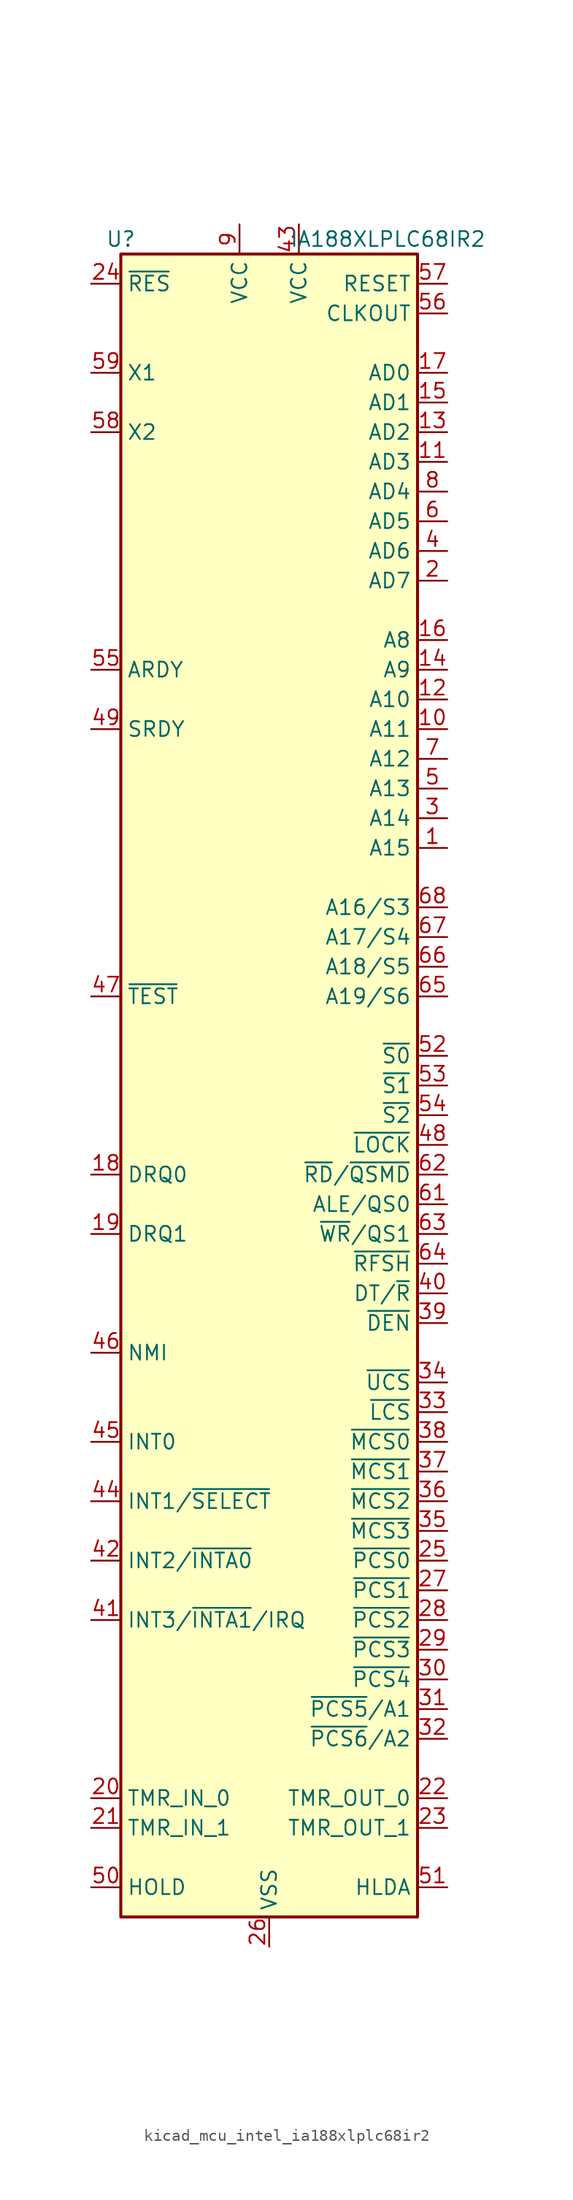
<source format=kicad_sym>
(kicad_symbol_lib
  (version 20220914)
  (generator kicad_symbol_editor)
  (symbol "kicad_mcu_intel_ia188xlplc68ir2"
    (property "Reference" "U"
      (at -12.7 72.39 0)
      (effects (font (size 1.27 1.27))))
    (property "Value" "IA188XLPLC68IR2"
      (at 10.16 72.39 0)
      (effects (font (size 1.27 1.27))))
    (symbol "kicad_mcu_intel_ia188xlplc68ir2_0_1"
      (rectangle (start 12.7 -71.12) (end -12.7 71.12) (stroke (width 0.254) (type default)) (fill (type background))))
    (symbol "kicad_mcu_intel_ia188xlplc68ir2_1_1"
      (pin output line (at 15.24 20.32 180) (length 2.54) (name "A15" (effects (font (size 1.27 1.27)))) (number "1" (effects (font (size 1.27 1.27)))))
      (pin output line (at 15.24 30.48 180) (length 2.54) (name "A11" (effects (font (size 1.27 1.27)))) (number "10" (effects (font (size 1.27 1.27)))))
      (pin bidirectional line (at 15.24 53.34 180) (length 2.54) (name "AD3" (effects (font (size 1.27 1.27)))) (number "11" (effects (font (size 1.27 1.27)))))
      (pin output line (at 15.24 33.02 180) (length 2.54) (name "A10" (effects (font (size 1.27 1.27)))) (number "12" (effects (font (size 1.27 1.27)))))
      (pin bidirectional line (at 15.24 55.88 180) (length 2.54) (name "AD2" (effects (font (size 1.27 1.27)))) (number "13" (effects (font (size 1.27 1.27)))))
      (pin output line (at 15.24 35.56 180) (length 2.54) (name "A9" (effects (font (size 1.27 1.27)))) (number "14" (effects (font (size 1.27 1.27)))))
      (pin bidirectional line (at 15.24 58.42 180) (length 2.54) (name "AD1" (effects (font (size 1.27 1.27)))) (number "15" (effects (font (size 1.27 1.27)))))
      (pin output line (at 15.24 38.1 180) (length 2.54) (name "A8" (effects (font (size 1.27 1.27)))) (number "16" (effects (font (size 1.27 1.27)))))
      (pin bidirectional line (at 15.24 60.96 180) (length 2.54) (name "AD0" (effects (font (size 1.27 1.27)))) (number "17" (effects (font (size 1.27 1.27)))))
      (pin input line (at -15.24 -7.62 0) (length 2.54) (name "DRQ0" (effects (font (size 1.27 1.27)))) (number "18" (effects (font (size 1.27 1.27)))))
      (pin input line (at -15.24 -12.7 0) (length 2.54) (name "DRQ1" (effects (font (size 1.27 1.27)))) (number "19" (effects (font (size 1.27 1.27)))))
      (pin bidirectional line (at 15.24 43.18 180) (length 2.54) (name "AD7" (effects (font (size 1.27 1.27)))) (number "2" (effects (font (size 1.27 1.27)))))
      (pin input line (at -15.24 -60.96 0) (length 2.54) (name "TMR_IN_0" (effects (font (size 1.27 1.27)))) (number "20" (effects (font (size 1.27 1.27)))))
      (pin input line (at -15.24 -63.5 0) (length 2.54) (name "TMR_IN_1" (effects (font (size 1.27 1.27)))) (number "21" (effects (font (size 1.27 1.27)))))
      (pin output line (at 15.24 -60.96 180) (length 2.54) (name "TMR_OUT_0" (effects (font (size 1.27 1.27)))) (number "22" (effects (font (size 1.27 1.27)))))
      (pin output line (at 15.24 -63.5 180) (length 2.54) (name "TMR_OUT_1" (effects (font (size 1.27 1.27)))) (number "23" (effects (font (size 1.27 1.27)))))
      (pin input line (at -15.24 68.58 0) (length 2.54) (name "~{RES}" (effects (font (size 1.27 1.27)))) (number "24" (effects (font (size 1.27 1.27)))))
      (pin output line (at 15.24 -40.64 180) (length 2.54) (name "~{PCS0}" (effects (font (size 1.27 1.27)))) (number "25" (effects (font (size 1.27 1.27)))))
      (pin power_in line (at 0 -73.66 90) (length 2.54) (name "VSS" (effects (font (size 1.27 1.27)))) (number "26" (effects (font (size 1.27 1.27)))))
      (pin output line (at 15.24 -43.18 180) (length 2.54) (name "~{PCS1}" (effects (font (size 1.27 1.27)))) (number "27" (effects (font (size 1.27 1.27)))))
      (pin output line (at 15.24 -45.72 180) (length 2.54) (name "~{PCS2}" (effects (font (size 1.27 1.27)))) (number "28" (effects (font (size 1.27 1.27)))))
      (pin output line (at 15.24 -48.26 180) (length 2.54) (name "~{PCS3}" (effects (font (size 1.27 1.27)))) (number "29" (effects (font (size 1.27 1.27)))))
      (pin output line (at 15.24 22.86 180) (length 2.54) (name "A14" (effects (font (size 1.27 1.27)))) (number "3" (effects (font (size 1.27 1.27)))))
      (pin output line (at 15.24 -50.8 180) (length 2.54) (name "~{PCS4}" (effects (font (size 1.27 1.27)))) (number "30" (effects (font (size 1.27 1.27)))))
      (pin output line (at 15.24 -53.34 180) (length 2.54) (name "~{PCS5}/A1" (effects (font (size 1.27 1.27)))) (number "31" (effects (font (size 1.27 1.27)))))
      (pin output line (at 15.24 -55.88 180) (length 2.54) (name "~{PCS6}/A2" (effects (font (size 1.27 1.27)))) (number "32" (effects (font (size 1.27 1.27)))))
      (pin bidirectional line (at 15.24 -27.94 180) (length 2.54) (name "~{LCS}" (effects (font (size 1.27 1.27)))) (number "33" (effects (font (size 1.27 1.27)))))
      (pin bidirectional line (at 15.24 -25.4 180) (length 2.54) (name "~{UCS}" (effects (font (size 1.27 1.27)))) (number "34" (effects (font (size 1.27 1.27)))))
      (pin output line (at 15.24 -38.1 180) (length 2.54) (name "~{MCS3}" (effects (font (size 1.27 1.27)))) (number "35" (effects (font (size 1.27 1.27)))))
      (pin output line (at 15.24 -35.56 180) (length 2.54) (name "~{MCS2}" (effects (font (size 1.27 1.27)))) (number "36" (effects (font (size 1.27 1.27)))))
      (pin output line (at 15.24 -33.02 180) (length 2.54) (name "~{MCS1}" (effects (font (size 1.27 1.27)))) (number "37" (effects (font (size 1.27 1.27)))))
      (pin output line (at 15.24 -30.48 180) (length 2.54) (name "~{MCS0}" (effects (font (size 1.27 1.27)))) (number "38" (effects (font (size 1.27 1.27)))))
      (pin output line (at 15.24 -20.32 180) (length 2.54) (name "~{DEN}" (effects (font (size 1.27 1.27)))) (number "39" (effects (font (size 1.27 1.27)))))
      (pin bidirectional line (at 15.24 45.72 180) (length 2.54) (name "AD6" (effects (font (size 1.27 1.27)))) (number "4" (effects (font (size 1.27 1.27)))))
      (pin output line (at 15.24 -17.78 180) (length 2.54) (name "DT/~{R}" (effects (font (size 1.27 1.27)))) (number "40" (effects (font (size 1.27 1.27)))))
      (pin bidirectional line (at -15.24 -45.72 0) (length 2.54) (name "INT3/~{INTA1}/IRQ" (effects (font (size 1.27 1.27)))) (number "41" (effects (font (size 1.27 1.27)))))
      (pin bidirectional line (at -15.24 -40.64 0) (length 2.54) (name "INT2/~{INTA0}" (effects (font (size 1.27 1.27)))) (number "42" (effects (font (size 1.27 1.27)))))
      (pin power_in line (at 2.54 73.66 270) (length 2.54) (name "VCC" (effects (font (size 1.27 1.27)))) (number "43" (effects (font (size 1.27 1.27)))))
      (pin input line (at -15.24 -35.56 0) (length 2.54) (name "INT1/~{SELECT}" (effects (font (size 1.27 1.27)))) (number "44" (effects (font (size 1.27 1.27)))))
      (pin input line (at -15.24 -30.48 0) (length 2.54) (name "INT0" (effects (font (size 1.27 1.27)))) (number "45" (effects (font (size 1.27 1.27)))))
      (pin input line (at -15.24 -22.86 0) (length 2.54) (name "NMI" (effects (font (size 1.27 1.27)))) (number "46" (effects (font (size 1.27 1.27)))))
      (pin bidirectional line (at -15.24 7.62 0) (length 2.54) (name "~{TEST}" (effects (font (size 1.27 1.27)))) (number "47" (effects (font (size 1.27 1.27)))))
      (pin output line (at 15.24 -5.08 180) (length 2.54) (name "~{LOCK}" (effects (font (size 1.27 1.27)))) (number "48" (effects (font (size 1.27 1.27)))))
      (pin input line (at -15.24 30.48 0) (length 2.54) (name "SRDY" (effects (font (size 1.27 1.27)))) (number "49" (effects (font (size 1.27 1.27)))))
      (pin output line (at 15.24 25.4 180) (length 2.54) (name "A13" (effects (font (size 1.27 1.27)))) (number "5" (effects (font (size 1.27 1.27)))))
      (pin input line (at -15.24 -68.58 0) (length 2.54) (name "HOLD" (effects (font (size 1.27 1.27)))) (number "50" (effects (font (size 1.27 1.27)))))
      (pin output line (at 15.24 -68.58 180) (length 2.54) (name "HLDA" (effects (font (size 1.27 1.27)))) (number "51" (effects (font (size 1.27 1.27)))))
      (pin output line (at 15.24 2.54 180) (length 2.54) (name "~{S0}" (effects (font (size 1.27 1.27)))) (number "52" (effects (font (size 1.27 1.27)))))
      (pin output line (at 15.24 0 180) (length 2.54) (name "~{S1}" (effects (font (size 1.27 1.27)))) (number "53" (effects (font (size 1.27 1.27)))))
      (pin output line (at 15.24 -2.54 180) (length 2.54) (name "~{S2}" (effects (font (size 1.27 1.27)))) (number "54" (effects (font (size 1.27 1.27)))))
      (pin input line (at -15.24 35.56 0) (length 2.54) (name "ARDY" (effects (font (size 1.27 1.27)))) (number "55" (effects (font (size 1.27 1.27)))))
      (pin output line (at 15.24 66.04 180) (length 2.54) (name "CLKOUT" (effects (font (size 1.27 1.27)))) (number "56" (effects (font (size 1.27 1.27)))))
      (pin output line (at 15.24 68.58 180) (length 2.54) (name "RESET" (effects (font (size 1.27 1.27)))) (number "57" (effects (font (size 1.27 1.27)))))
      (pin output line (at -15.24 55.88 0) (length 2.54) (name "X2" (effects (font (size 1.27 1.27)))) (number "58" (effects (font (size 1.27 1.27)))))
      (pin input line (at -15.24 60.96 0) (length 2.54) (name "X1" (effects (font (size 1.27 1.27)))) (number "59" (effects (font (size 1.27 1.27)))))
      (pin bidirectional line (at 15.24 48.26 180) (length 2.54) (name "AD5" (effects (font (size 1.27 1.27)))) (number "6" (effects (font (size 1.27 1.27)))))
      (pin passive line (at 0 -73.66 90) (length 2.54) hide (name "VSS" (effects (font (size 1.27 1.27)))) (number "60" (effects (font (size 1.27 1.27)))))
      (pin output line (at 15.24 -10.16 180) (length 2.54) (name "ALE/QS0" (effects (font (size 1.27 1.27)))) (number "61" (effects (font (size 1.27 1.27)))))
      (pin bidirectional line (at 15.24 -7.62 180) (length 2.54) (name "~{RD}/~{QSMD}" (effects (font (size 1.27 1.27)))) (number "62" (effects (font (size 1.27 1.27)))))
      (pin output line (at 15.24 -12.7 180) (length 2.54) (name "~{WR}/QS1" (effects (font (size 1.27 1.27)))) (number "63" (effects (font (size 1.27 1.27)))))
      (pin output line (at 15.24 -15.24 180) (length 2.54) (name "~{RFSH}" (effects (font (size 1.27 1.27)))) (number "64" (effects (font (size 1.27 1.27)))))
      (pin output line (at 15.24 7.62 180) (length 2.54) (name "A19/S6" (effects (font (size 1.27 1.27)))) (number "65" (effects (font (size 1.27 1.27)))))
      (pin output line (at 15.24 10.16 180) (length 2.54) (name "A18/S5" (effects (font (size 1.27 1.27)))) (number "66" (effects (font (size 1.27 1.27)))))
      (pin output line (at 15.24 12.7 180) (length 2.54) (name "A17/S4" (effects (font (size 1.27 1.27)))) (number "67" (effects (font (size 1.27 1.27)))))
      (pin output line (at 15.24 15.24 180) (length 2.54) (name "A16/S3" (effects (font (size 1.27 1.27)))) (number "68" (effects (font (size 1.27 1.27)))))
      (pin output line (at 15.24 27.94 180) (length 2.54) (name "A12" (effects (font (size 1.27 1.27)))) (number "7" (effects (font (size 1.27 1.27)))))
      (pin bidirectional line (at 15.24 50.8 180) (length 2.54) (name "AD4" (effects (font (size 1.27 1.27)))) (number "8" (effects (font (size 1.27 1.27)))))
      (pin power_in line (at -2.54 73.66 270) (length 2.54) (name "VCC" (effects (font (size 1.27 1.27)))) (number "9" (effects (font (size 1.27 1.27))))))))
</source>
